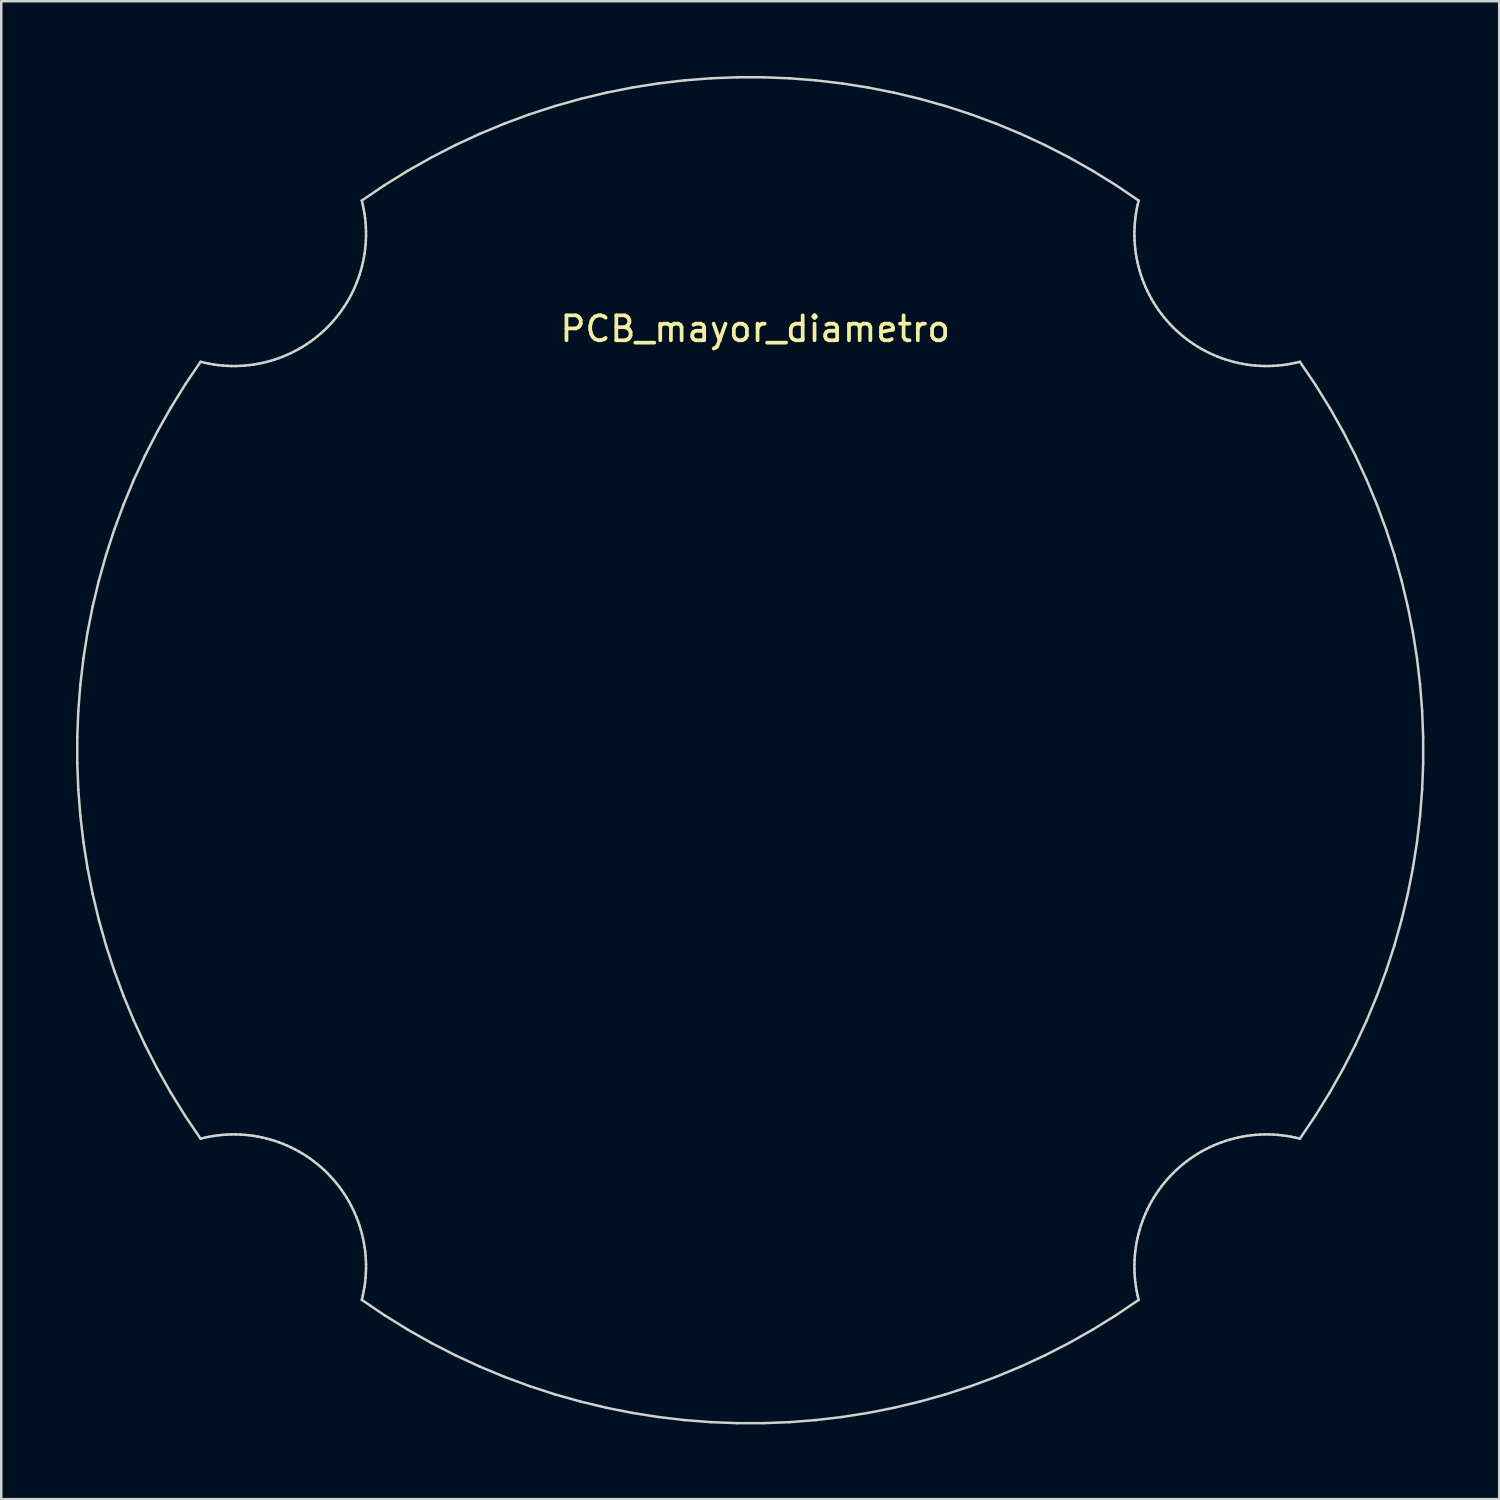
<source format=kicad_pcb>
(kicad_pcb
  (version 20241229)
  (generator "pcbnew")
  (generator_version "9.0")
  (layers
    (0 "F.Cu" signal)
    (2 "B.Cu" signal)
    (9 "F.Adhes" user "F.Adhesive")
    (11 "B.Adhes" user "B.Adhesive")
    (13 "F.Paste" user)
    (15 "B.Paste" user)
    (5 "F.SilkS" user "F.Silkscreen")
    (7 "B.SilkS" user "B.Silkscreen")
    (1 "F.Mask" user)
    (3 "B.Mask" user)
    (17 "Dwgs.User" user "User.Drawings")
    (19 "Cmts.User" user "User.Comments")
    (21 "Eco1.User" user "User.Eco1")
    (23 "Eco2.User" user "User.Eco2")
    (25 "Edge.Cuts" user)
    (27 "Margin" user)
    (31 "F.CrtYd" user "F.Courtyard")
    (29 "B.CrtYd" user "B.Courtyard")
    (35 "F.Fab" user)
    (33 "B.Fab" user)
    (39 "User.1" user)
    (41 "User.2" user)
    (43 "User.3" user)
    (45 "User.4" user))
  (footprint "PCB_mayor_diametro"
    (layer "F.Cu")
    (at 27.045 27.045)
    (property "Reference" "PCB_mayor_diametro" (at 0.2 -16.9 0) (layer "F.SilkS") (effects (font (size 1 1) (thickness 0.15))))
    (attr through_hole)
    (fp_line (start -26.995 -0.528) (end -26.995 0.528) (stroke (width 0.1) (type solid)) (layer "Edge.Cuts"))
    (fp_line (start -26.995 0.528) (end -26.954 1.583) (stroke (width 0.1) (type solid)) (layer "Edge.Cuts"))
    (fp_line (start -26.954 1.583) (end -26.871 2.637) (stroke (width 0.1) (type solid)) (layer "Edge.Cuts"))
    (fp_line (start -26.954 -1.583) (end -26.995 -0.528) (stroke (width 0.1) (type solid)) (layer "Edge.Cuts"))
    (fp_line (start -26.871 2.637) (end -26.748 3.687) (stroke (width 0.1) (type solid)) (layer "Edge.Cuts"))
    (fp_line (start -26.871 -2.637) (end -26.954 -1.583) (stroke (width 0.1) (type solid)) (layer "Edge.Cuts"))
    (fp_line (start -26.748 3.687) (end -26.583 4.733) (stroke (width 0.1) (type solid)) (layer "Edge.Cuts"))
    (fp_line (start -26.748 -3.687) (end -26.871 -2.637) (stroke (width 0.1) (type solid)) (layer "Edge.Cuts"))
    (fp_line (start -26.583 4.733) (end -26.377 5.773) (stroke (width 0.1) (type solid)) (layer "Edge.Cuts"))
    (fp_line (start -26.583 -4.733) (end -26.748 -3.687) (stroke (width 0.1) (type solid)) (layer "Edge.Cuts"))
    (fp_line (start -26.377 5.773) (end -26.129 6.807) (stroke (width 0.1) (type solid)) (layer "Edge.Cuts"))
    (fp_line (start -26.377 -5.773) (end -26.583 -4.733) (stroke (width 0.1) (type solid)) (layer "Edge.Cuts"))
    (fp_line (start -26.129 6.807) (end -25.841 7.832) (stroke (width 0.1) (type solid)) (layer "Edge.Cuts"))
    (fp_line (start -26.129 -6.807) (end -26.377 -5.773) (stroke (width 0.1) (type solid)) (layer "Edge.Cuts"))
    (fp_line (start -25.841 7.832) (end -25.511 8.847) (stroke (width 0.1) (type solid)) (layer "Edge.Cuts"))
    (fp_line (start -25.841 -7.832) (end -26.129 -6.807) (stroke (width 0.1) (type solid)) (layer "Edge.Cuts"))
    (fp_line (start -25.511 8.847) (end -25.14 9.852) (stroke (width 0.1) (type solid)) (layer "Edge.Cuts"))
    (fp_line (start -25.511 -8.847) (end -25.841 -7.832) (stroke (width 0.1) (type solid)) (layer "Edge.Cuts"))
    (fp_line (start -25.14 9.852) (end -24.728 10.845) (stroke (width 0.1) (type solid)) (layer "Edge.Cuts"))
    (fp_line (start -25.14 -9.852) (end -25.511 -8.847) (stroke (width 0.1) (type solid)) (layer "Edge.Cuts"))
    (fp_line (start -24.728 10.845) (end -24.275 11.824) (stroke (width 0.1) (type solid)) (layer "Edge.Cuts"))
    (fp_line (start -24.728 -10.845) (end -25.14 -9.852) (stroke (width 0.1) (type solid)) (layer "Edge.Cuts"))
    (fp_line (start -24.275 11.824) (end -23.78 12.789) (stroke (width 0.1) (type solid)) (layer "Edge.Cuts"))
    (fp_line (start -24.275 -11.824) (end -24.728 -10.845) (stroke (width 0.1) (type solid)) (layer "Edge.Cuts"))
    (fp_line (start -23.78 12.789) (end -23.244 13.738) (stroke (width 0.1) (type solid)) (layer "Edge.Cuts"))
    (fp_line (start -23.78 -12.789) (end -24.275 -11.824) (stroke (width 0.1) (type solid)) (layer "Edge.Cuts"))
    (fp_line (start -23.244 13.738) (end -22.667 14.67) (stroke (width 0.1) (type solid)) (layer "Edge.Cuts"))
    (fp_line (start -23.244 -13.738) (end -23.78 -12.789) (stroke (width 0.1) (type solid)) (layer "Edge.Cuts"))
    (fp_line (start -22.667 14.67) (end -22.049 15.583) (stroke (width 0.1) (type solid)) (layer "Edge.Cuts"))
    (fp_line (start -22.667 -14.67) (end -23.244 -13.738) (stroke (width 0.1) (type solid)) (layer "Edge.Cuts"))
    (fp_line (start -22.049 -15.583) (end -22.667 -14.67) (stroke (width 0.1) (type solid)) (layer "Edge.Cuts"))
    (fp_line (start -22.049 -15.583) (end -21.873 -15.54) (stroke (width 0.1) (type solid)) (layer "Edge.Cuts"))
    (fp_line (start -21.873 15.54) (end -22.049 15.583) (stroke (width 0.1) (type solid)) (layer "Edge.Cuts"))
    (fp_line (start -21.873 -15.54) (end -21.696 -15.504) (stroke (width 0.1) (type solid)) (layer "Edge.Cuts"))
    (fp_line (start -21.696 15.504) (end -21.873 15.54) (stroke (width 0.1) (type solid)) (layer "Edge.Cuts"))
    (fp_line (start -21.696 -15.504) (end -21.518 -15.473) (stroke (width 0.1) (type solid)) (layer "Edge.Cuts"))
    (fp_line (start -21.518 15.473) (end -21.696 15.504) (stroke (width 0.1) (type solid)) (layer "Edge.Cuts"))
    (fp_line (start -21.518 -15.473) (end -21.34 -15.449) (stroke (width 0.1) (type solid)) (layer "Edge.Cuts"))
    (fp_line (start -21.34 15.449) (end -21.518 15.473) (stroke (width 0.1) (type solid)) (layer "Edge.Cuts"))
    (fp_line (start -21.34 -15.449) (end -21.163 -15.431) (stroke (width 0.1) (type solid)) (layer "Edge.Cuts"))
    (fp_line (start -21.163 15.431) (end -21.34 15.449) (stroke (width 0.1) (type solid)) (layer "Edge.Cuts"))
    (fp_line (start -21.163 -15.431) (end -20.985 -15.419) (stroke (width 0.1) (type solid)) (layer "Edge.Cuts"))
    (fp_line (start -20.985 15.419) (end -21.163 15.431) (stroke (width 0.1) (type solid)) (layer "Edge.Cuts"))
    (fp_line (start -20.985 -15.419) (end -20.807 -15.412) (stroke (width 0.1) (type solid)) (layer "Edge.Cuts"))
    (fp_line (start -20.807 15.412) (end -20.985 15.419) (stroke (width 0.1) (type solid)) (layer "Edge.Cuts"))
    (fp_line (start -20.807 -15.412) (end -20.629 -15.412) (stroke (width 0.1) (type solid)) (layer "Edge.Cuts"))
    (fp_line (start -20.629 15.412) (end -20.807 15.412) (stroke (width 0.1) (type solid)) (layer "Edge.Cuts"))
    (fp_line (start -20.629 -15.412) (end -20.452 -15.418) (stroke (width 0.1) (type solid)) (layer "Edge.Cuts"))
    (fp_line (start -20.452 15.418) (end -20.629 15.412) (stroke (width 0.1) (type solid)) (layer "Edge.Cuts"))
    (fp_line (start -20.452 -15.418) (end -20.276 -15.43) (stroke (width 0.1) (type solid)) (layer "Edge.Cuts"))
    (fp_line (start -20.276 15.43) (end -20.452 15.418) (stroke (width 0.1) (type solid)) (layer "Edge.Cuts"))
    (fp_line (start -20.276 -15.43) (end -20.1 -15.447) (stroke (width 0.1) (type solid)) (layer "Edge.Cuts"))
    (fp_line (start -20.1 15.447) (end -20.276 15.43) (stroke (width 0.1) (type solid)) (layer "Edge.Cuts"))
    (fp_line (start -20.1 -15.447) (end -19.926 -15.47) (stroke (width 0.1) (type solid)) (layer "Edge.Cuts"))
    (fp_line (start -19.926 15.47) (end -20.1 15.447) (stroke (width 0.1) (type solid)) (layer "Edge.Cuts"))
    (fp_line (start -19.926 -15.47) (end -19.752 -15.499) (stroke (width 0.1) (type solid)) (layer "Edge.Cuts"))
    (fp_line (start -19.752 15.499) (end -19.926 15.47) (stroke (width 0.1) (type solid)) (layer "Edge.Cuts"))
    (fp_line (start -19.752 -15.499) (end -19.579 -15.534) (stroke (width 0.1) (type solid)) (layer "Edge.Cuts"))
    (fp_line (start -19.579 15.534) (end -19.752 15.499) (stroke (width 0.1) (type solid)) (layer "Edge.Cuts"))
    (fp_line (start -19.579 -15.534) (end -19.408 -15.575) (stroke (width 0.1) (type solid)) (layer "Edge.Cuts"))
    (fp_line (start -19.408 15.575) (end -19.579 15.534) (stroke (width 0.1) (type solid)) (layer "Edge.Cuts"))
    (fp_line (start -19.408 -15.575) (end -19.238 -15.621) (stroke (width 0.1) (type solid)) (layer "Edge.Cuts"))
    (fp_line (start -19.238 15.621) (end -19.408 15.575) (stroke (width 0.1) (type solid)) (layer "Edge.Cuts"))
    (fp_line (start -19.238 -15.621) (end -19.07 -15.672) (stroke (width 0.1) (type solid)) (layer "Edge.Cuts"))
    (fp_line (start -19.07 15.672) (end -19.238 15.621) (stroke (width 0.1) (type solid)) (layer "Edge.Cuts"))
    (fp_line (start -19.07 -15.672) (end -18.903 -15.73) (stroke (width 0.1) (type solid)) (layer "Edge.Cuts"))
    (fp_line (start -18.903 15.73) (end -19.07 15.672) (stroke (width 0.1) (type solid)) (layer "Edge.Cuts"))
    (fp_line (start -18.903 -15.73) (end -18.739 -15.793) (stroke (width 0.1) (type solid)) (layer "Edge.Cuts"))
    (fp_line (start -18.739 15.793) (end -18.903 15.73) (stroke (width 0.1) (type solid)) (layer "Edge.Cuts"))
    (fp_line (start -18.739 -15.793) (end -18.576 -15.861) (stroke (width 0.1) (type solid)) (layer "Edge.Cuts"))
    (fp_line (start -18.576 15.861) (end -18.739 15.793) (stroke (width 0.1) (type solid)) (layer "Edge.Cuts"))
    (fp_line (start -18.576 -15.861) (end -18.416 -15.935) (stroke (width 0.1) (type solid)) (layer "Edge.Cuts"))
    (fp_line (start -18.416 15.935) (end -18.576 15.861) (stroke (width 0.1) (type solid)) (layer "Edge.Cuts"))
    (fp_line (start -18.416 -15.935) (end -18.258 -16.014) (stroke (width 0.1) (type solid)) (layer "Edge.Cuts"))
    (fp_line (start -18.258 16.014) (end -18.416 15.935) (stroke (width 0.1) (type solid)) (layer "Edge.Cuts"))
    (fp_line (start -18.258 -16.014) (end -18.102 -16.099) (stroke (width 0.1) (type solid)) (layer "Edge.Cuts"))
    (fp_line (start -18.102 16.099) (end -18.258 16.014) (stroke (width 0.1) (type solid)) (layer "Edge.Cuts"))
    (fp_line (start -18.102 -16.099) (end -17.949 -16.188) (stroke (width 0.1) (type solid)) (layer "Edge.Cuts"))
    (fp_line (start -17.949 16.188) (end -18.102 16.099) (stroke (width 0.1) (type solid)) (layer "Edge.Cuts"))
    (fp_line (start -17.949 -16.188) (end -17.799 -16.284) (stroke (width 0.1) (type solid)) (layer "Edge.Cuts"))
    (fp_line (start -17.799 16.284) (end -17.949 16.188) (stroke (width 0.1) (type solid)) (layer "Edge.Cuts"))
    (fp_line (start -17.799 -16.284) (end -17.652 -16.384) (stroke (width 0.1) (type solid)) (layer "Edge.Cuts"))
    (fp_line (start -17.652 16.384) (end -17.799 16.284) (stroke (width 0.1) (type solid)) (layer "Edge.Cuts"))
    (fp_line (start -17.652 -16.384) (end -17.508 -16.49) (stroke (width 0.1) (type solid)) (layer "Edge.Cuts"))
    (fp_line (start -17.508 16.49) (end -17.652 16.384) (stroke (width 0.1) (type solid)) (layer "Edge.Cuts"))
    (fp_line (start -17.508 -16.49) (end -17.367 -16.601) (stroke (width 0.1) (type solid)) (layer "Edge.Cuts"))
    (fp_line (start -17.367 16.601) (end -17.508 16.49) (stroke (width 0.1) (type solid)) (layer "Edge.Cuts"))
    (fp_line (start -17.367 -16.601) (end -17.229 -16.717) (stroke (width 0.1) (type solid)) (layer "Edge.Cuts"))
    (fp_line (start -17.229 16.717) (end -17.367 16.601) (stroke (width 0.1) (type solid)) (layer "Edge.Cuts"))
    (fp_line (start -17.229 -16.717) (end -17.095 -16.838) (stroke (width 0.1) (type solid)) (layer "Edge.Cuts"))
    (fp_line (start -17.095 16.838) (end -17.229 16.717) (stroke (width 0.1) (type solid)) (layer "Edge.Cuts"))
    (fp_line (start -17.095 -16.838) (end -16.964 -16.964) (stroke (width 0.1) (type solid)) (layer "Edge.Cuts"))
    (fp_line (start -16.964 16.964) (end -17.095 16.838) (stroke (width 0.1) (type solid)) (layer "Edge.Cuts"))
    (fp_line (start -16.964 -16.964) (end -16.838 -17.095) (stroke (width 0.1) (type solid)) (layer "Edge.Cuts"))
    (fp_line (start -16.838 17.095) (end -16.964 16.964) (stroke (width 0.1) (type solid)) (layer "Edge.Cuts"))
    (fp_line (start -16.838 -17.095) (end -16.717 -17.229) (stroke (width 0.1) (type solid)) (layer "Edge.Cuts"))
    (fp_line (start -16.717 17.229) (end -16.838 17.095) (stroke (width 0.1) (type solid)) (layer "Edge.Cuts"))
    (fp_line (start -16.717 -17.229) (end -16.601 -17.367) (stroke (width 0.1) (type solid)) (layer "Edge.Cuts"))
    (fp_line (start -16.601 17.367) (end -16.717 17.229) (stroke (width 0.1) (type solid)) (layer "Edge.Cuts"))
    (fp_line (start -16.601 -17.367) (end -16.49 -17.508) (stroke (width 0.1) (type solid)) (layer "Edge.Cuts"))
    (fp_line (start -16.49 17.508) (end -16.601 17.367) (stroke (width 0.1) (type solid)) (layer "Edge.Cuts"))
    (fp_line (start -16.49 -17.508) (end -16.384 -17.652) (stroke (width 0.1) (type solid)) (layer "Edge.Cuts"))
    (fp_line (start -16.384 17.652) (end -16.49 17.508) (stroke (width 0.1) (type solid)) (layer "Edge.Cuts"))
    (fp_line (start -16.384 -17.652) (end -16.284 -17.799) (stroke (width 0.1) (type solid)) (layer "Edge.Cuts"))
    (fp_line (start -16.284 17.799) (end -16.384 17.652) (stroke (width 0.1) (type solid)) (layer "Edge.Cuts"))
    (fp_line (start -16.284 -17.799) (end -16.188 -17.949) (stroke (width 0.1) (type solid)) (layer "Edge.Cuts"))
    (fp_line (start -16.188 17.949) (end -16.284 17.799) (stroke (width 0.1) (type solid)) (layer "Edge.Cuts"))
    (fp_line (start -16.188 -17.949) (end -16.098 -18.102) (stroke (width 0.1) (type solid)) (layer "Edge.Cuts"))
    (fp_line (start -16.098 18.102) (end -16.188 17.949) (stroke (width 0.1) (type solid)) (layer "Edge.Cuts"))
    (fp_line (start -16.098 -18.102) (end -16.014 -18.258) (stroke (width 0.1) (type solid)) (layer "Edge.Cuts"))
    (fp_line (start -16.014 18.258) (end -16.098 18.102) (stroke (width 0.1) (type solid)) (layer "Edge.Cuts"))
    (fp_line (start -16.014 -18.258) (end -15.935 -18.416) (stroke (width 0.1) (type solid)) (layer "Edge.Cuts"))
    (fp_line (start -15.935 18.416) (end -16.014 18.258) (stroke (width 0.1) (type solid)) (layer "Edge.Cuts"))
    (fp_line (start -15.935 -18.416) (end -15.861 -18.576) (stroke (width 0.1) (type solid)) (layer "Edge.Cuts"))
    (fp_line (start -15.861 18.576) (end -15.935 18.416) (stroke (width 0.1) (type solid)) (layer "Edge.Cuts"))
    (fp_line (start -15.861 -18.576) (end -15.793 -18.739) (stroke (width 0.1) (type solid)) (layer "Edge.Cuts"))
    (fp_line (start -15.793 18.739) (end -15.861 18.576) (stroke (width 0.1) (type solid)) (layer "Edge.Cuts"))
    (fp_line (start -15.793 -18.739) (end -15.73 -18.903) (stroke (width 0.1) (type solid)) (layer "Edge.Cuts"))
    (fp_line (start -15.73 18.903) (end -15.793 18.739) (stroke (width 0.1) (type solid)) (layer "Edge.Cuts"))
    (fp_line (start -15.73 -18.903) (end -15.672 -19.07) (stroke (width 0.1) (type solid)) (layer "Edge.Cuts"))
    (fp_line (start -15.672 19.07) (end -15.73 18.903) (stroke (width 0.1) (type solid)) (layer "Edge.Cuts"))
    (fp_line (start -15.672 -19.07) (end -15.621 -19.238) (stroke (width 0.1) (type solid)) (layer "Edge.Cuts"))
    (fp_line (start -15.621 19.238) (end -15.672 19.07) (stroke (width 0.1) (type solid)) (layer "Edge.Cuts"))
    (fp_line (start -15.621 -19.238) (end -15.575 -19.408) (stroke (width 0.1) (type solid)) (layer "Edge.Cuts"))
    (fp_line (start -15.583 22.049) (end -15.54 21.873) (stroke (width 0.1) (type solid)) (layer "Edge.Cuts"))
    (fp_line (start -15.583 22.049) (end -14.67 22.667) (stroke (width 0.1) (type solid)) (layer "Edge.Cuts"))
    (fp_line (start -15.575 19.408) (end -15.621 19.238) (stroke (width 0.1) (type solid)) (layer "Edge.Cuts"))
    (fp_line (start -15.575 -19.408) (end -15.534 -19.579) (stroke (width 0.1) (type solid)) (layer "Edge.Cuts"))
    (fp_line (start -15.54 21.873) (end -15.504 21.696) (stroke (width 0.1) (type solid)) (layer "Edge.Cuts"))
    (fp_line (start -15.54 -21.873) (end -15.583 -22.049) (stroke (width 0.1) (type solid)) (layer "Edge.Cuts"))
    (fp_line (start -15.534 19.579) (end -15.575 19.408) (stroke (width 0.1) (type solid)) (layer "Edge.Cuts"))
    (fp_line (start -15.534 -19.579) (end -15.499 -19.752) (stroke (width 0.1) (type solid)) (layer "Edge.Cuts"))
    (fp_line (start -15.504 21.696) (end -15.473 21.518) (stroke (width 0.1) (type solid)) (layer "Edge.Cuts"))
    (fp_line (start -15.504 -21.696) (end -15.54 -21.873) (stroke (width 0.1) (type solid)) (layer "Edge.Cuts"))
    (fp_line (start -15.499 19.752) (end -15.534 19.579) (stroke (width 0.1) (type solid)) (layer "Edge.Cuts"))
    (fp_line (start -15.499 -19.752) (end -15.47 -19.926) (stroke (width 0.1) (type solid)) (layer "Edge.Cuts"))
    (fp_line (start -15.473 21.518) (end -15.449 21.34) (stroke (width 0.1) (type solid)) (layer "Edge.Cuts"))
    (fp_line (start -15.473 -21.518) (end -15.504 -21.696) (stroke (width 0.1) (type solid)) (layer "Edge.Cuts"))
    (fp_line (start -15.47 19.926) (end -15.499 19.752) (stroke (width 0.1) (type solid)) (layer "Edge.Cuts"))
    (fp_line (start -15.47 -19.926) (end -15.447 -20.1) (stroke (width 0.1) (type solid)) (layer "Edge.Cuts"))
    (fp_line (start -15.449 21.34) (end -15.431 21.163) (stroke (width 0.1) (type solid)) (layer "Edge.Cuts"))
    (fp_line (start -15.449 -21.34) (end -15.473 -21.518) (stroke (width 0.1) (type solid)) (layer "Edge.Cuts"))
    (fp_line (start -15.447 20.1) (end -15.47 19.926) (stroke (width 0.1) (type solid)) (layer "Edge.Cuts"))
    (fp_line (start -15.447 -20.1) (end -15.43 -20.276) (stroke (width 0.1) (type solid)) (layer "Edge.Cuts"))
    (fp_line (start -15.431 21.163) (end -15.419 20.985) (stroke (width 0.1) (type solid)) (layer "Edge.Cuts"))
    (fp_line (start -15.431 -21.163) (end -15.449 -21.34) (stroke (width 0.1) (type solid)) (layer "Edge.Cuts"))
    (fp_line (start -15.43 20.276) (end -15.447 20.1) (stroke (width 0.1) (type solid)) (layer "Edge.Cuts"))
    (fp_line (start -15.43 -20.276) (end -15.418 -20.452) (stroke (width 0.1) (type solid)) (layer "Edge.Cuts"))
    (fp_line (start -15.419 20.985) (end -15.412 20.807) (stroke (width 0.1) (type solid)) (layer "Edge.Cuts"))
    (fp_line (start -15.419 -20.985) (end -15.431 -21.163) (stroke (width 0.1) (type solid)) (layer "Edge.Cuts"))
    (fp_line (start -15.418 20.452) (end -15.43 20.276) (stroke (width 0.1) (type solid)) (layer "Edge.Cuts"))
    (fp_line (start -15.418 -20.452) (end -15.412 -20.629) (stroke (width 0.1) (type solid)) (layer "Edge.Cuts"))
    (fp_line (start -15.412 20.807) (end -15.412 20.629) (stroke (width 0.1) (type solid)) (layer "Edge.Cuts"))
    (fp_line (start -15.412 -20.807) (end -15.419 -20.985) (stroke (width 0.1) (type solid)) (layer "Edge.Cuts"))
    (fp_line (start -15.412 20.629) (end -15.418 20.452) (stroke (width 0.1) (type solid)) (layer "Edge.Cuts"))
    (fp_line (start -15.412 -20.629) (end -15.412 -20.807) (stroke (width 0.1) (type solid)) (layer "Edge.Cuts"))
    (fp_line (start -14.67 22.667) (end -13.738 23.244) (stroke (width 0.1) (type solid)) (layer "Edge.Cuts"))
    (fp_line (start -14.67 -22.667) (end -15.583 -22.049) (stroke (width 0.1) (type solid)) (layer "Edge.Cuts"))
    (fp_line (start -13.738 23.244) (end -12.789 23.78) (stroke (width 0.1) (type solid)) (layer "Edge.Cuts"))
    (fp_line (start -13.738 -23.244) (end -14.67 -22.667) (stroke (width 0.1) (type solid)) (layer "Edge.Cuts"))
    (fp_line (start -12.789 23.78) (end -11.824 24.275) (stroke (width 0.1) (type solid)) (layer "Edge.Cuts"))
    (fp_line (start -12.789 -23.78) (end -13.738 -23.244) (stroke (width 0.1) (type solid)) (layer "Edge.Cuts"))
    (fp_line (start -11.824 24.275) (end -10.845 24.728) (stroke (width 0.1) (type solid)) (layer "Edge.Cuts"))
    (fp_line (start -11.824 -24.275) (end -12.789 -23.78) (stroke (width 0.1) (type solid)) (layer "Edge.Cuts"))
    (fp_line (start -10.845 24.728) (end -9.852 25.14) (stroke (width 0.1) (type solid)) (layer "Edge.Cuts"))
    (fp_line (start -10.845 -24.728) (end -11.824 -24.275) (stroke (width 0.1) (type solid)) (layer "Edge.Cuts"))
    (fp_line (start -9.852 25.14) (end -8.847 25.511) (stroke (width 0.1) (type solid)) (layer "Edge.Cuts"))
    (fp_line (start -9.852 -25.14) (end -10.845 -24.728) (stroke (width 0.1) (type solid)) (layer "Edge.Cuts"))
    (fp_line (start -8.847 25.511) (end -7.832 25.841) (stroke (width 0.1) (type solid)) (layer "Edge.Cuts"))
    (fp_line (start -8.847 -25.511) (end -9.852 -25.14) (stroke (width 0.1) (type solid)) (layer "Edge.Cuts"))
    (fp_line (start -7.832 25.841) (end -6.807 26.129) (stroke (width 0.1) (type solid)) (layer "Edge.Cuts"))
    (fp_line (start -7.832 -25.841) (end -8.847 -25.511) (stroke (width 0.1) (type solid)) (layer "Edge.Cuts"))
    (fp_line (start -6.807 26.129) (end -5.773 26.377) (stroke (width 0.1) (type solid)) (layer "Edge.Cuts"))
    (fp_line (start -6.807 -26.129) (end -7.832 -25.841) (stroke (width 0.1) (type solid)) (layer "Edge.Cuts"))
    (fp_line (start -5.773 26.377) (end -4.733 26.583) (stroke (width 0.1) (type solid)) (layer "Edge.Cuts"))
    (fp_line (start -5.773 -26.377) (end -6.807 -26.129) (stroke (width 0.1) (type solid)) (layer "Edge.Cuts"))
    (fp_line (start -4.733 -26.583) (end -5.773 -26.377) (stroke (width 0.1) (type solid)) (layer "Edge.Cuts"))
    (fp_line (start -4.733 26.583) (end -3.687 26.748) (stroke (width 0.1) (type solid)) (layer "Edge.Cuts"))
    (fp_line (start -3.687 -26.748) (end -4.733 -26.583) (stroke (width 0.1) (type solid)) (layer "Edge.Cuts"))
    (fp_line (start -3.687 26.748) (end -2.637 26.871) (stroke (width 0.1) (type solid)) (layer "Edge.Cuts"))
    (fp_line (start -2.637 -26.871) (end -3.687 -26.748) (stroke (width 0.1) (type solid)) (layer "Edge.Cuts"))
    (fp_line (start -2.637 26.871) (end -1.583 26.954) (stroke (width 0.1) (type solid)) (layer "Edge.Cuts"))
    (fp_line (start -1.583 -26.954) (end -2.637 -26.871) (stroke (width 0.1) (type solid)) (layer "Edge.Cuts"))
    (fp_line (start -1.583 26.954) (end -0.528 26.995) (stroke (width 0.1) (type solid)) (layer "Edge.Cuts"))
    (fp_line (start -0.528 -26.995) (end -1.583 -26.954) (stroke (width 0.1) (type solid)) (layer "Edge.Cuts"))
    (fp_line (start -0.528 26.995) (end 0.528 26.995) (stroke (width 0.1) (type solid)) (layer "Edge.Cuts"))
    (fp_line (start 0.528 -26.995) (end -0.528 -26.995) (stroke (width 0.1) (type solid)) (layer "Edge.Cuts"))
    (fp_line (start 0.528 26.995) (end 1.583 26.954) (stroke (width 0.1) (type solid)) (layer "Edge.Cuts"))
    (fp_line (start 1.583 -26.954) (end 0.528 -26.995) (stroke (width 0.1) (type solid)) (layer "Edge.Cuts"))
    (fp_line (start 1.583 26.954) (end 2.637 26.871) (stroke (width 0.1) (type solid)) (layer "Edge.Cuts"))
    (fp_line (start 2.637 -26.871) (end 1.583 -26.954) (stroke (width 0.1) (type solid)) (layer "Edge.Cuts"))
    (fp_line (start 2.637 26.871) (end 3.687 26.748) (stroke (width 0.1) (type solid)) (layer "Edge.Cuts"))
    (fp_line (start 3.687 -26.748) (end 2.637 -26.871) (stroke (width 0.1) (type solid)) (layer "Edge.Cuts"))
    (fp_line (start 3.687 26.748) (end 4.733 26.583) (stroke (width 0.1) (type solid)) (layer "Edge.Cuts"))
    (fp_line (start 4.733 -26.583) (end 3.687 -26.748) (stroke (width 0.1) (type solid)) (layer "Edge.Cuts"))
    (fp_line (start 4.733 26.583) (end 5.773 26.377) (stroke (width 0.1) (type solid)) (layer "Edge.Cuts"))
    (fp_line (start 5.773 -26.377) (end 4.733 -26.583) (stroke (width 0.1) (type solid)) (layer "Edge.Cuts"))
    (fp_line (start 5.773 26.377) (end 6.807 26.129) (stroke (width 0.1) (type solid)) (layer "Edge.Cuts"))
    (fp_line (start 6.807 -26.129) (end 5.773 -26.377) (stroke (width 0.1) (type solid)) (layer "Edge.Cuts"))
    (fp_line (start 6.807 26.129) (end 7.832 25.841) (stroke (width 0.1) (type solid)) (layer "Edge.Cuts"))
    (fp_line (start 7.832 -25.841) (end 6.807 -26.129) (stroke (width 0.1) (type solid)) (layer "Edge.Cuts"))
    (fp_line (start 7.832 25.841) (end 8.847 25.511) (stroke (width 0.1) (type solid)) (layer "Edge.Cuts"))
    (fp_line (start 8.847 -25.511) (end 7.832 -25.841) (stroke (width 0.1) (type solid)) (layer "Edge.Cuts"))
    (fp_line (start 8.847 25.511) (end 9.852 25.14) (stroke (width 0.1) (type solid)) (layer "Edge.Cuts"))
    (fp_line (start 9.852 -25.14) (end 8.847 -25.511) (stroke (width 0.1) (type solid)) (layer "Edge.Cuts"))
    (fp_line (start 9.852 25.14) (end 10.845 24.728) (stroke (width 0.1) (type solid)) (layer "Edge.Cuts"))
    (fp_line (start 10.845 -24.728) (end 9.852 -25.14) (stroke (width 0.1) (type solid)) (layer "Edge.Cuts"))
    (fp_line (start 10.845 24.728) (end 11.824 24.275) (stroke (width 0.1) (type solid)) (layer "Edge.Cuts"))
    (fp_line (start 11.824 -24.275) (end 10.845 -24.728) (stroke (width 0.1) (type solid)) (layer "Edge.Cuts"))
    (fp_line (start 11.824 24.275) (end 12.789 23.78) (stroke (width 0.1) (type solid)) (layer "Edge.Cuts"))
    (fp_line (start 12.789 -23.78) (end 11.824 -24.275) (stroke (width 0.1) (type solid)) (layer "Edge.Cuts"))
    (fp_line (start 12.789 23.78) (end 13.738 23.244) (stroke (width 0.1) (type solid)) (layer "Edge.Cuts"))
    (fp_line (start 13.738 -23.244) (end 12.789 -23.78) (stroke (width 0.1) (type solid)) (layer "Edge.Cuts"))
    (fp_line (start 13.738 23.244) (end 14.67 22.667) (stroke (width 0.1) (type solid)) (layer "Edge.Cuts"))
    (fp_line (start 14.67 -22.667) (end 13.738 -23.244) (stroke (width 0.1) (type solid)) (layer "Edge.Cuts"))
    (fp_line (start 14.67 22.667) (end 15.583 22.049) (stroke (width 0.1) (type solid)) (layer "Edge.Cuts"))
    (fp_line (start 15.412 -20.629) (end 15.418 -20.452) (stroke (width 0.1) (type solid)) (layer "Edge.Cuts"))
    (fp_line (start 15.412 20.629) (end 15.412 20.807) (stroke (width 0.1) (type solid)) (layer "Edge.Cuts"))
    (fp_line (start 15.412 -20.807) (end 15.412 -20.629) (stroke (width 0.1) (type solid)) (layer "Edge.Cuts"))
    (fp_line (start 15.412 20.807) (end 15.419 20.985) (stroke (width 0.1) (type solid)) (layer "Edge.Cuts"))
    (fp_line (start 15.418 -20.452) (end 15.43 -20.276) (stroke (width 0.1) (type solid)) (layer "Edge.Cuts"))
    (fp_line (start 15.418 20.452) (end 15.412 20.629) (stroke (width 0.1) (type solid)) (layer "Edge.Cuts"))
    (fp_line (start 15.419 -20.985) (end 15.412 -20.807) (stroke (width 0.1) (type solid)) (layer "Edge.Cuts"))
    (fp_line (start 15.419 20.985) (end 15.431 21.163) (stroke (width 0.1) (type solid)) (layer "Edge.Cuts"))
    (fp_line (start 15.43 -20.276) (end 15.447 -20.1) (stroke (width 0.1) (type solid)) (layer "Edge.Cuts"))
    (fp_line (start 15.43 20.276) (end 15.418 20.452) (stroke (width 0.1) (type solid)) (layer "Edge.Cuts"))
    (fp_line (start 15.431 -21.163) (end 15.419 -20.985) (stroke (width 0.1) (type solid)) (layer "Edge.Cuts"))
    (fp_line (start 15.431 21.163) (end 15.449 21.34) (stroke (width 0.1) (type solid)) (layer "Edge.Cuts"))
    (fp_line (start 15.447 -20.1) (end 15.47 -19.926) (stroke (width 0.1) (type solid)) (layer "Edge.Cuts"))
    (fp_line (start 15.447 20.1) (end 15.43 20.276) (stroke (width 0.1) (type solid)) (layer "Edge.Cuts"))
    (fp_line (start 15.449 -21.34) (end 15.431 -21.163) (stroke (width 0.1) (type solid)) (layer "Edge.Cuts"))
    (fp_line (start 15.449 21.34) (end 15.473 21.518) (stroke (width 0.1) (type solid)) (layer "Edge.Cuts"))
    (fp_line (start 15.47 -19.926) (end 15.499 -19.752) (stroke (width 0.1) (type solid)) (layer "Edge.Cuts"))
    (fp_line (start 15.47 19.926) (end 15.447 20.1) (stroke (width 0.1) (type solid)) (layer "Edge.Cuts"))
    (fp_line (start 15.473 -21.518) (end 15.449 -21.34) (stroke (width 0.1) (type solid)) (layer "Edge.Cuts"))
    (fp_line (start 15.473 21.518) (end 15.504 21.696) (stroke (width 0.1) (type solid)) (layer "Edge.Cuts"))
    (fp_line (start 15.499 -19.752) (end 15.534 -19.579) (stroke (width 0.1) (type solid)) (layer "Edge.Cuts"))
    (fp_line (start 15.499 19.752) (end 15.47 19.926) (stroke (width 0.1) (type solid)) (layer "Edge.Cuts"))
    (fp_line (start 15.504 -21.696) (end 15.473 -21.518) (stroke (width 0.1) (type solid)) (layer "Edge.Cuts"))
    (fp_line (start 15.504 21.696) (end 15.54 21.873) (stroke (width 0.1) (type solid)) (layer "Edge.Cuts"))
    (fp_line (start 15.534 -19.579) (end 15.575 -19.408) (stroke (width 0.1) (type solid)) (layer "Edge.Cuts"))
    (fp_line (start 15.534 19.579) (end 15.499 19.752) (stroke (width 0.1) (type solid)) (layer "Edge.Cuts"))
    (fp_line (start 15.54 -21.873) (end 15.504 -21.696) (stroke (width 0.1) (type solid)) (layer "Edge.Cuts"))
    (fp_line (start 15.54 21.873) (end 15.583 22.049) (stroke (width 0.1) (type solid)) (layer "Edge.Cuts"))
    (fp_line (start 15.575 -19.408) (end 15.621 -19.238) (stroke (width 0.1) (type solid)) (layer "Edge.Cuts"))
    (fp_line (start 15.575 19.408) (end 15.534 19.579) (stroke (width 0.1) (type solid)) (layer "Edge.Cuts"))
    (fp_line (start 15.583 -22.049) (end 14.67 -22.667) (stroke (width 0.1) (type solid)) (layer "Edge.Cuts"))
    (fp_line (start 15.583 -22.049) (end 15.54 -21.873) (stroke (width 0.1) (type solid)) (layer "Edge.Cuts"))
    (fp_line (start 15.621 -19.238) (end 15.672 -19.07) (stroke (width 0.1) (type solid)) (layer "Edge.Cuts"))
    (fp_line (start 15.621 19.238) (end 15.575 19.408) (stroke (width 0.1) (type solid)) (layer "Edge.Cuts"))
    (fp_line (start 15.672 -19.07) (end 15.73 -18.903) (stroke (width 0.1) (type solid)) (layer "Edge.Cuts"))
    (fp_line (start 15.672 19.07) (end 15.621 19.238) (stroke (width 0.1) (type solid)) (layer "Edge.Cuts"))
    (fp_line (start 15.73 -18.903) (end 15.793 -18.739) (stroke (width 0.1) (type solid)) (layer "Edge.Cuts"))
    (fp_line (start 15.73 18.903) (end 15.672 19.07) (stroke (width 0.1) (type solid)) (layer "Edge.Cuts"))
    (fp_line (start 15.793 -18.739) (end 15.861 -18.576) (stroke (width 0.1) (type solid)) (layer "Edge.Cuts"))
    (fp_line (start 15.793 18.739) (end 15.73 18.903) (stroke (width 0.1) (type solid)) (layer "Edge.Cuts"))
    (fp_line (start 15.861 -18.576) (end 15.935 -18.416) (stroke (width 0.1) (type solid)) (layer "Edge.Cuts"))
    (fp_line (start 15.861 18.576) (end 15.793 18.739) (stroke (width 0.1) (type solid)) (layer "Edge.Cuts"))
    (fp_line (start 15.935 -18.416) (end 16.014 -18.258) (stroke (width 0.1) (type solid)) (layer "Edge.Cuts"))
    (fp_line (start 15.935 18.416) (end 15.861 18.576) (stroke (width 0.1) (type solid)) (layer "Edge.Cuts"))
    (fp_line (start 16.014 -18.258) (end 16.098 -18.102) (stroke (width 0.1) (type solid)) (layer "Edge.Cuts"))
    (fp_line (start 16.014 18.258) (end 15.935 18.416) (stroke (width 0.1) (type solid)) (layer "Edge.Cuts"))
    (fp_line (start 16.098 -18.102) (end 16.188 -17.949) (stroke (width 0.1) (type solid)) (layer "Edge.Cuts"))
    (fp_line (start 16.099 18.102) (end 16.014 18.258) (stroke (width 0.1) (type solid)) (layer "Edge.Cuts"))
    (fp_line (start 16.188 -17.949) (end 16.284 -17.799) (stroke (width 0.1) (type solid)) (layer "Edge.Cuts"))
    (fp_line (start 16.188 17.949) (end 16.099 18.102) (stroke (width 0.1) (type solid)) (layer "Edge.Cuts"))
    (fp_line (start 16.284 -17.799) (end 16.384 -17.652) (stroke (width 0.1) (type solid)) (layer "Edge.Cuts"))
    (fp_line (start 16.284 17.799) (end 16.188 17.949) (stroke (width 0.1) (type solid)) (layer "Edge.Cuts"))
    (fp_line (start 16.384 -17.652) (end 16.49 -17.508) (stroke (width 0.1) (type solid)) (layer "Edge.Cuts"))
    (fp_line (start 16.384 17.652) (end 16.284 17.799) (stroke (width 0.1) (type solid)) (layer "Edge.Cuts"))
    (fp_line (start 16.49 -17.508) (end 16.601 -17.367) (stroke (width 0.1) (type solid)) (layer "Edge.Cuts"))
    (fp_line (start 16.49 17.508) (end 16.384 17.652) (stroke (width 0.1) (type solid)) (layer "Edge.Cuts"))
    (fp_line (start 16.601 -17.367) (end 16.717 -17.229) (stroke (width 0.1) (type solid)) (layer "Edge.Cuts"))
    (fp_line (start 16.601 17.367) (end 16.49 17.508) (stroke (width 0.1) (type solid)) (layer "Edge.Cuts"))
    (fp_line (start 16.717 -17.229) (end 16.838 -17.095) (stroke (width 0.1) (type solid)) (layer "Edge.Cuts"))
    (fp_line (start 16.717 17.229) (end 16.601 17.367) (stroke (width 0.1) (type solid)) (layer "Edge.Cuts"))
    (fp_line (start 16.838 -17.095) (end 16.964 -16.964) (stroke (width 0.1) (type solid)) (layer "Edge.Cuts"))
    (fp_line (start 16.838 17.095) (end 16.717 17.229) (stroke (width 0.1) (type solid)) (layer "Edge.Cuts"))
    (fp_line (start 16.964 -16.964) (end 17.095 -16.838) (stroke (width 0.1) (type solid)) (layer "Edge.Cuts"))
    (fp_line (start 16.964 16.964) (end 16.838 17.095) (stroke (width 0.1) (type solid)) (layer "Edge.Cuts"))
    (fp_line (start 17.095 -16.838) (end 17.229 -16.717) (stroke (width 0.1) (type solid)) (layer "Edge.Cuts"))
    (fp_line (start 17.095 16.838) (end 16.964 16.964) (stroke (width 0.1) (type solid)) (layer "Edge.Cuts"))
    (fp_line (start 17.229 -16.717) (end 17.367 -16.601) (stroke (width 0.1) (type solid)) (layer "Edge.Cuts"))
    (fp_line (start 17.229 16.717) (end 17.095 16.838) (stroke (width 0.1) (type solid)) (layer "Edge.Cuts"))
    (fp_line (start 17.367 -16.601) (end 17.508 -16.49) (stroke (width 0.1) (type solid)) (layer "Edge.Cuts"))
    (fp_line (start 17.367 16.601) (end 17.229 16.717) (stroke (width 0.1) (type solid)) (layer "Edge.Cuts"))
    (fp_line (start 17.508 -16.49) (end 17.652 -16.384) (stroke (width 0.1) (type solid)) (layer "Edge.Cuts"))
    (fp_line (start 17.508 16.49) (end 17.367 16.601) (stroke (width 0.1) (type solid)) (layer "Edge.Cuts"))
    (fp_line (start 17.652 -16.384) (end 17.799 -16.284) (stroke (width 0.1) (type solid)) (layer "Edge.Cuts"))
    (fp_line (start 17.652 16.384) (end 17.508 16.49) (stroke (width 0.1) (type solid)) (layer "Edge.Cuts"))
    (fp_line (start 17.799 -16.284) (end 17.949 -16.188) (stroke (width 0.1) (type solid)) (layer "Edge.Cuts"))
    (fp_line (start 17.799 16.284) (end 17.652 16.384) (stroke (width 0.1) (type solid)) (layer "Edge.Cuts"))
    (fp_line (start 17.949 -16.188) (end 18.102 -16.098) (stroke (width 0.1) (type solid)) (layer "Edge.Cuts"))
    (fp_line (start 17.949 16.188) (end 17.799 16.284) (stroke (width 0.1) (type solid)) (layer "Edge.Cuts"))
    (fp_line (start 18.102 -16.098) (end 18.258 -16.014) (stroke (width 0.1) (type solid)) (layer "Edge.Cuts"))
    (fp_line (start 18.102 16.098) (end 17.949 16.188) (stroke (width 0.1) (type solid)) (layer "Edge.Cuts"))
    (fp_line (start 18.258 -16.014) (end 18.416 -15.935) (stroke (width 0.1) (type solid)) (layer "Edge.Cuts"))
    (fp_line (start 18.258 16.014) (end 18.102 16.098) (stroke (width 0.1) (type solid)) (layer "Edge.Cuts"))
    (fp_line (start 18.416 -15.935) (end 18.576 -15.861) (stroke (width 0.1) (type solid)) (layer "Edge.Cuts"))
    (fp_line (start 18.416 15.935) (end 18.258 16.014) (stroke (width 0.1) (type solid)) (layer "Edge.Cuts"))
    (fp_line (start 18.576 -15.861) (end 18.739 -15.793) (stroke (width 0.1) (type solid)) (layer "Edge.Cuts"))
    (fp_line (start 18.576 15.861) (end 18.416 15.935) (stroke (width 0.1) (type solid)) (layer "Edge.Cuts"))
    (fp_line (start 18.739 -15.793) (end 18.903 -15.73) (stroke (width 0.1) (type solid)) (layer "Edge.Cuts"))
    (fp_line (start 18.739 15.793) (end 18.576 15.861) (stroke (width 0.1) (type solid)) (layer "Edge.Cuts"))
    (fp_line (start 18.903 -15.73) (end 19.07 -15.672) (stroke (width 0.1) (type solid)) (layer "Edge.Cuts"))
    (fp_line (start 18.903 15.73) (end 18.739 15.793) (stroke (width 0.1) (type solid)) (layer "Edge.Cuts"))
    (fp_line (start 19.07 -15.672) (end 19.238 -15.621) (stroke (width 0.1) (type solid)) (layer "Edge.Cuts"))
    (fp_line (start 19.07 15.672) (end 18.903 15.73) (stroke (width 0.1) (type solid)) (layer "Edge.Cuts"))
    (fp_line (start 19.238 -15.621) (end 19.408 -15.575) (stroke (width 0.1) (type solid)) (layer "Edge.Cuts"))
    (fp_line (start 19.238 15.621) (end 19.07 15.672) (stroke (width 0.1) (type solid)) (layer "Edge.Cuts"))
    (fp_line (start 19.408 -15.575) (end 19.579 -15.534) (stroke (width 0.1) (type solid)) (layer "Edge.Cuts"))
    (fp_line (start 19.408 15.575) (end 19.238 15.621) (stroke (width 0.1) (type solid)) (layer "Edge.Cuts"))
    (fp_line (start 19.579 -15.534) (end 19.752 -15.499) (stroke (width 0.1) (type solid)) (layer "Edge.Cuts"))
    (fp_line (start 19.579 15.534) (end 19.408 15.575) (stroke (width 0.1) (type solid)) (layer "Edge.Cuts"))
    (fp_line (start 19.752 -15.499) (end 19.926 -15.47) (stroke (width 0.1) (type solid)) (layer "Edge.Cuts"))
    (fp_line (start 19.752 15.499) (end 19.579 15.534) (stroke (width 0.1) (type solid)) (layer "Edge.Cuts"))
    (fp_line (start 19.926 -15.47) (end 20.1 -15.447) (stroke (width 0.1) (type solid)) (layer "Edge.Cuts"))
    (fp_line (start 19.926 15.47) (end 19.752 15.499) (stroke (width 0.1) (type solid)) (layer "Edge.Cuts"))
    (fp_line (start 20.1 -15.447) (end 20.276 -15.43) (stroke (width 0.1) (type solid)) (layer "Edge.Cuts"))
    (fp_line (start 20.1 15.447) (end 19.926 15.47) (stroke (width 0.1) (type solid)) (layer "Edge.Cuts"))
    (fp_line (start 20.276 -15.43) (end 20.452 -15.418) (stroke (width 0.1) (type solid)) (layer "Edge.Cuts"))
    (fp_line (start 20.276 15.43) (end 20.1 15.447) (stroke (width 0.1) (type solid)) (layer "Edge.Cuts"))
    (fp_line (start 20.452 -15.418) (end 20.629 -15.412) (stroke (width 0.1) (type solid)) (layer "Edge.Cuts"))
    (fp_line (start 20.452 15.418) (end 20.276 15.43) (stroke (width 0.1) (type solid)) (layer "Edge.Cuts"))
    (fp_line (start 20.629 -15.412) (end 20.807 -15.412) (stroke (width 0.1) (type solid)) (layer "Edge.Cuts"))
    (fp_line (start 20.629 15.412) (end 20.452 15.418) (stroke (width 0.1) (type solid)) (layer "Edge.Cuts"))
    (fp_line (start 20.807 -15.412) (end 20.985 -15.419) (stroke (width 0.1) (type solid)) (layer "Edge.Cuts"))
    (fp_line (start 20.807 15.412) (end 20.629 15.412) (stroke (width 0.1) (type solid)) (layer "Edge.Cuts"))
    (fp_line (start 20.985 -15.419) (end 21.163 -15.431) (stroke (width 0.1) (type solid)) (layer "Edge.Cuts"))
    (fp_line (start 20.985 15.419) (end 20.807 15.412) (stroke (width 0.1) (type solid)) (layer "Edge.Cuts"))
    (fp_line (start 21.163 -15.431) (end 21.34 -15.449) (stroke (width 0.1) (type solid)) (layer "Edge.Cuts"))
    (fp_line (start 21.163 15.431) (end 20.985 15.419) (stroke (width 0.1) (type solid)) (layer "Edge.Cuts"))
    (fp_line (start 21.34 -15.449) (end 21.518 -15.473) (stroke (width 0.1) (type solid)) (layer "Edge.Cuts"))
    (fp_line (start 21.34 15.449) (end 21.163 15.431) (stroke (width 0.1) (type solid)) (layer "Edge.Cuts"))
    (fp_line (start 21.518 -15.473) (end 21.696 -15.504) (stroke (width 0.1) (type solid)) (layer "Edge.Cuts"))
    (fp_line (start 21.518 15.473) (end 21.34 15.449) (stroke (width 0.1) (type solid)) (layer "Edge.Cuts"))
    (fp_line (start 21.696 -15.504) (end 21.873 -15.54) (stroke (width 0.1) (type solid)) (layer "Edge.Cuts"))
    (fp_line (start 21.696 15.504) (end 21.518 15.473) (stroke (width 0.1) (type solid)) (layer "Edge.Cuts"))
    (fp_line (start 21.873 -15.54) (end 22.049 -15.583) (stroke (width 0.1) (type solid)) (layer "Edge.Cuts"))
    (fp_line (start 21.873 15.54) (end 21.696 15.504) (stroke (width 0.1) (type solid)) (layer "Edge.Cuts"))
    (fp_line (start 22.049 15.583) (end 21.873 15.54) (stroke (width 0.1) (type solid)) (layer "Edge.Cuts"))
    (fp_line (start 22.049 15.583) (end 22.667 14.67) (stroke (width 0.1) (type solid)) (layer "Edge.Cuts"))
    (fp_line (start 22.667 -14.67) (end 22.049 -15.583) (stroke (width 0.1) (type solid)) (layer "Edge.Cuts"))
    (fp_line (start 22.667 14.67) (end 23.244 13.738) (stroke (width 0.1) (type solid)) (layer "Edge.Cuts"))
    (fp_line (start 23.244 -13.738) (end 22.667 -14.67) (stroke (width 0.1) (type solid)) (layer "Edge.Cuts"))
    (fp_line (start 23.244 13.738) (end 23.78 12.789) (stroke (width 0.1) (type solid)) (layer "Edge.Cuts"))
    (fp_line (start 23.78 -12.789) (end 23.244 -13.738) (stroke (width 0.1) (type solid)) (layer "Edge.Cuts"))
    (fp_line (start 23.78 12.789) (end 24.275 11.824) (stroke (width 0.1) (type solid)) (layer "Edge.Cuts"))
    (fp_line (start 24.275 -11.824) (end 23.78 -12.789) (stroke (width 0.1) (type solid)) (layer "Edge.Cuts"))
    (fp_line (start 24.275 11.824) (end 24.728 10.845) (stroke (width 0.1) (type solid)) (layer "Edge.Cuts"))
    (fp_line (start 24.728 -10.845) (end 24.275 -11.824) (stroke (width 0.1) (type solid)) (layer "Edge.Cuts"))
    (fp_line (start 24.728 10.845) (end 25.14 9.852) (stroke (width 0.1) (type solid)) (layer "Edge.Cuts"))
    (fp_line (start 25.14 -9.852) (end 24.728 -10.845) (stroke (width 0.1) (type solid)) (layer "Edge.Cuts"))
    (fp_line (start 25.14 9.852) (end 25.511 8.847) (stroke (width 0.1) (type solid)) (layer "Edge.Cuts"))
    (fp_line (start 25.511 -8.847) (end 25.14 -9.852) (stroke (width 0.1) (type solid)) (layer "Edge.Cuts"))
    (fp_line (start 25.511 8.847) (end 25.841 7.832) (stroke (width 0.1) (type solid)) (layer "Edge.Cuts"))
    (fp_line (start 25.841 -7.832) (end 25.511 -8.847) (stroke (width 0.1) (type solid)) (layer "Edge.Cuts"))
    (fp_line (start 25.841 7.832) (end 26.129 6.807) (stroke (width 0.1) (type solid)) (layer "Edge.Cuts"))
    (fp_line (start 26.129 -6.807) (end 25.841 -7.832) (stroke (width 0.1) (type solid)) (layer "Edge.Cuts"))
    (fp_line (start 26.129 6.807) (end 26.377 5.773) (stroke (width 0.1) (type solid)) (layer "Edge.Cuts"))
    (fp_line (start 26.377 -5.773) (end 26.129 -6.807) (stroke (width 0.1) (type solid)) (layer "Edge.Cuts"))
    (fp_line (start 26.377 5.773) (end 26.583 4.733) (stroke (width 0.1) (type solid)) (layer "Edge.Cuts"))
    (fp_line (start 26.583 -4.733) (end 26.377 -5.773) (stroke (width 0.1) (type solid)) (layer "Edge.Cuts"))
    (fp_line (start 26.583 4.733) (end 26.748 3.687) (stroke (width 0.1) (type solid)) (layer "Edge.Cuts"))
    (fp_line (start 26.748 -3.687) (end 26.583 -4.733) (stroke (width 0.1) (type solid)) (layer "Edge.Cuts"))
    (fp_line (start 26.748 3.687) (end 26.871 2.637) (stroke (width 0.1) (type solid)) (layer "Edge.Cuts"))
    (fp_line (start 26.871 -2.637) (end 26.748 -3.687) (stroke (width 0.1) (type solid)) (layer "Edge.Cuts"))
    (fp_line (start 26.871 2.637) (end 26.954 1.583) (stroke (width 0.1) (type solid)) (layer "Edge.Cuts"))
    (fp_line (start 26.954 -1.583) (end 26.871 -2.637) (stroke (width 0.1) (type solid)) (layer "Edge.Cuts"))
    (fp_line (start 26.954 1.583) (end 26.995 0.528) (stroke (width 0.1) (type solid)) (layer "Edge.Cuts"))
    (fp_line (start 26.995 -0.528) (end 26.954 -1.583) (stroke (width 0.1) (type solid)) (layer "Edge.Cuts"))
    (fp_line (start 26.995 0.528) (end 26.995 -0.528) (stroke (width 0.1) (type solid)) (layer "Edge.Cuts")))
  (gr_rect
    (start -3 -3)
    (end 57.09 57.09)
    (stroke (width 0.1) (type default))
    (fill no)
    (layer "Edge.Cuts")))
</source>
